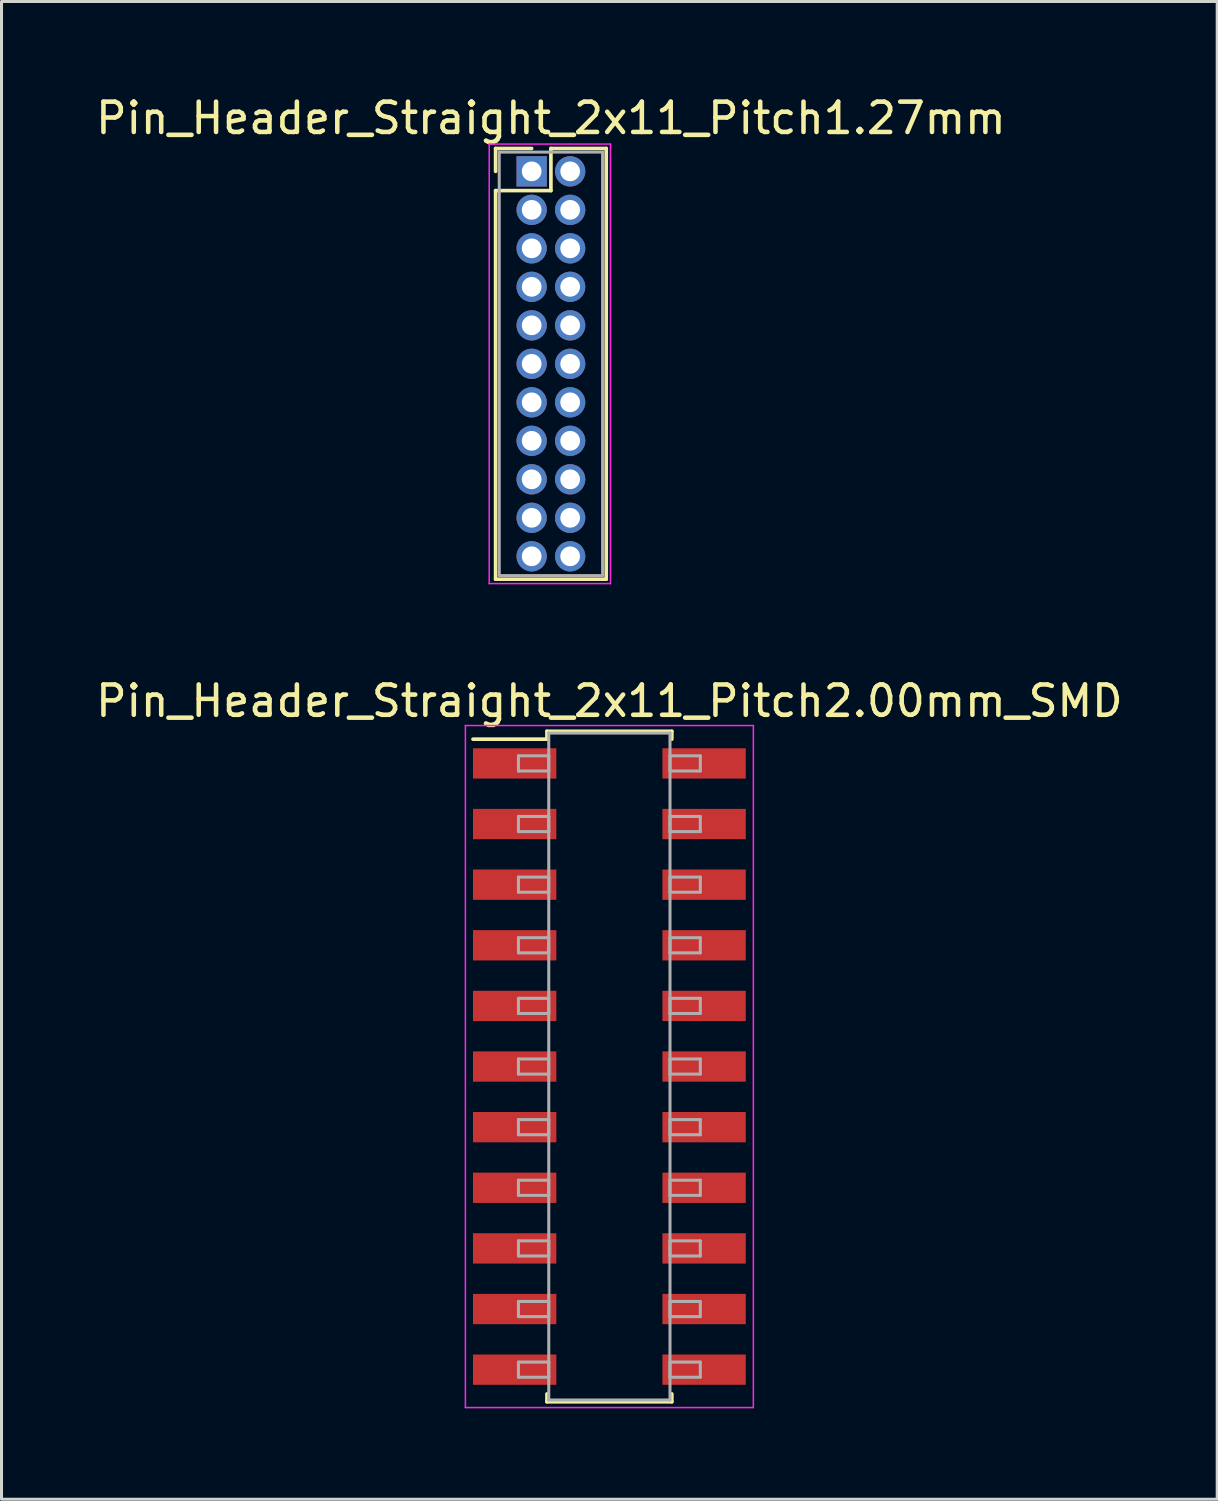
<source format=kicad_pcb>
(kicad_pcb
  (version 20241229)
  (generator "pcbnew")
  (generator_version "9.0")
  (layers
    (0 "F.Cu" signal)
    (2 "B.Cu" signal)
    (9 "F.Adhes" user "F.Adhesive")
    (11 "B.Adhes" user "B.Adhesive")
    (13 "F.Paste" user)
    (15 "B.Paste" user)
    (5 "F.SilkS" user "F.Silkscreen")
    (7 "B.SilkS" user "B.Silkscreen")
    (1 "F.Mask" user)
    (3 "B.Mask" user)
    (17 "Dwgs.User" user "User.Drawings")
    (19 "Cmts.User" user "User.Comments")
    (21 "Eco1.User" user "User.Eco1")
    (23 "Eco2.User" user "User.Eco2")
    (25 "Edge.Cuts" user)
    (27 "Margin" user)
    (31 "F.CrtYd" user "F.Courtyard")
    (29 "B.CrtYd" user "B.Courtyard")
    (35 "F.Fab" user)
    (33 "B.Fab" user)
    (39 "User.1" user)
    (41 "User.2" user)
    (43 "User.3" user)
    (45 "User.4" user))
  (footprint "Pin_Header_Straight_2x11_Pitch2.00mm_SMD"
    (layer "F.Cu")
    (at 17.054 32.136)
    (property "Reference" "Pin_Header_Straight_2x11_Pitch2.00mm_SMD" (at 0 -12.06 0) (layer "F.SilkS") (effects (font (size 1 1) (thickness 0.15))))
    (attr smd)
    (fp_line (start -4.5 -10.8) (end -2.06 -10.8) (stroke (width 0.12) (type solid)) (layer "F.SilkS"))
    (fp_line (start -2.06 -11.06) (end 2.06 -11.06) (stroke (width 0.12) (type solid)) (layer "F.SilkS"))
    (fp_line (start -2.06 -10.8) (end -2.06 -11.06) (stroke (width 0.12) (type solid)) (layer "F.SilkS"))
    (fp_line (start -2.06 10.8) (end -2.06 11.06) (stroke (width 0.12) (type solid)) (layer "F.SilkS"))
    (fp_line (start -2.06 11.06) (end 2.06 11.06) (stroke (width 0.12) (type solid)) (layer "F.SilkS"))
    (fp_line (start 2.06 -11.06) (end 2.06 -10.8) (stroke (width 0.12) (type solid)) (layer "F.SilkS"))
    (fp_line (start 2.06 11.06) (end 2.06 10.8) (stroke (width 0.12) (type solid)) (layer "F.SilkS"))
    (fp_line (start -4.75 -11.25) (end -4.75 11.25) (stroke (width 0.05) (type solid)) (layer "F.CrtYd"))
    (fp_line (start -4.75 11.25) (end 4.75 11.25) (stroke (width 0.05) (type solid)) (layer "F.CrtYd"))
    (fp_line (start 4.75 -11.25) (end -4.75 -11.25) (stroke (width 0.05) (type solid)) (layer "F.CrtYd"))
    (fp_line (start 4.75 11.25) (end 4.75 -11.25) (stroke (width 0.05) (type solid)) (layer "F.CrtYd"))
    (fp_line (start -3 -10.25) (end -2 -10.25) (stroke (width 0.1) (type solid)) (layer "F.Fab"))
    (fp_line (start -3 -9.75) (end -3 -10.25) (stroke (width 0.1) (type solid)) (layer "F.Fab"))
    (fp_line (start -3 -8.25) (end -2 -8.25) (stroke (width 0.1) (type solid)) (layer "F.Fab"))
    (fp_line (start -3 -7.75) (end -3 -8.25) (stroke (width 0.1) (type solid)) (layer "F.Fab"))
    (fp_line (start -3 -6.25) (end -2 -6.25) (stroke (width 0.1) (type solid)) (layer "F.Fab"))
    (fp_line (start -3 -5.75) (end -3 -6.25) (stroke (width 0.1) (type solid)) (layer "F.Fab"))
    (fp_line (start -3 -4.25) (end -2 -4.25) (stroke (width 0.1) (type solid)) (layer "F.Fab"))
    (fp_line (start -3 -3.75) (end -3 -4.25) (stroke (width 0.1) (type solid)) (layer "F.Fab"))
    (fp_line (start -3 -2.25) (end -2 -2.25) (stroke (width 0.1) (type solid)) (layer "F.Fab"))
    (fp_line (start -3 -1.75) (end -3 -2.25) (stroke (width 0.1) (type solid)) (layer "F.Fab"))
    (fp_line (start -3 -0.25) (end -2 -0.25) (stroke (width 0.1) (type solid)) (layer "F.Fab"))
    (fp_line (start -3 0.25) (end -3 -0.25) (stroke (width 0.1) (type solid)) (layer "F.Fab"))
    (fp_line (start -3 1.75) (end -2 1.75) (stroke (width 0.1) (type solid)) (layer "F.Fab"))
    (fp_line (start -3 2.25) (end -3 1.75) (stroke (width 0.1) (type solid)) (layer "F.Fab"))
    (fp_line (start -3 3.75) (end -2 3.75) (stroke (width 0.1) (type solid)) (layer "F.Fab"))
    (fp_line (start -3 4.25) (end -3 3.75) (stroke (width 0.1) (type solid)) (layer "F.Fab"))
    (fp_line (start -3 5.75) (end -2 5.75) (stroke (width 0.1) (type solid)) (layer "F.Fab"))
    (fp_line (start -3 6.25) (end -3 5.75) (stroke (width 0.1) (type solid)) (layer "F.Fab"))
    (fp_line (start -3 7.75) (end -2 7.75) (stroke (width 0.1) (type solid)) (layer "F.Fab"))
    (fp_line (start -3 8.25) (end -3 7.75) (stroke (width 0.1) (type solid)) (layer "F.Fab"))
    (fp_line (start -3 9.75) (end -2 9.75) (stroke (width 0.1) (type solid)) (layer "F.Fab"))
    (fp_line (start -3 10.25) (end -3 9.75) (stroke (width 0.1) (type solid)) (layer "F.Fab"))
    (fp_line (start -2 -11) (end -2 11) (stroke (width 0.1) (type solid)) (layer "F.Fab"))
    (fp_line (start -2 -10.25) (end -2 -9.75) (stroke (width 0.1) (type solid)) (layer "F.Fab"))
    (fp_line (start -2 -9.75) (end -3 -9.75) (stroke (width 0.1) (type solid)) (layer "F.Fab"))
    (fp_line (start -2 -8.25) (end -2 -7.75) (stroke (width 0.1) (type solid)) (layer "F.Fab"))
    (fp_line (start -2 -7.75) (end -3 -7.75) (stroke (width 0.1) (type solid)) (layer "F.Fab"))
    (fp_line (start -2 -6.25) (end -2 -5.75) (stroke (width 0.1) (type solid)) (layer "F.Fab"))
    (fp_line (start -2 -5.75) (end -3 -5.75) (stroke (width 0.1) (type solid)) (layer "F.Fab"))
    (fp_line (start -2 -4.25) (end -2 -3.75) (stroke (width 0.1) (type solid)) (layer "F.Fab"))
    (fp_line (start -2 -3.75) (end -3 -3.75) (stroke (width 0.1) (type solid)) (layer "F.Fab"))
    (fp_line (start -2 -2.25) (end -2 -1.75) (stroke (width 0.1) (type solid)) (layer "F.Fab"))
    (fp_line (start -2 -1.75) (end -3 -1.75) (stroke (width 0.1) (type solid)) (layer "F.Fab"))
    (fp_line (start -2 -0.25) (end -2 0.25) (stroke (width 0.1) (type solid)) (layer "F.Fab"))
    (fp_line (start -2 0.25) (end -3 0.25) (stroke (width 0.1) (type solid)) (layer "F.Fab"))
    (fp_line (start -2 1.75) (end -2 2.25) (stroke (width 0.1) (type solid)) (layer "F.Fab"))
    (fp_line (start -2 2.25) (end -3 2.25) (stroke (width 0.1) (type solid)) (layer "F.Fab"))
    (fp_line (start -2 3.75) (end -2 4.25) (stroke (width 0.1) (type solid)) (layer "F.Fab"))
    (fp_line (start -2 4.25) (end -3 4.25) (stroke (width 0.1) (type solid)) (layer "F.Fab"))
    (fp_line (start -2 5.75) (end -2 6.25) (stroke (width 0.1) (type solid)) (layer "F.Fab"))
    (fp_line (start -2 6.25) (end -3 6.25) (stroke (width 0.1) (type solid)) (layer "F.Fab"))
    (fp_line (start -2 7.75) (end -2 8.25) (stroke (width 0.1) (type solid)) (layer "F.Fab"))
    (fp_line (start -2 8.25) (end -3 8.25) (stroke (width 0.1) (type solid)) (layer "F.Fab"))
    (fp_line (start -2 9.75) (end -2 10.25) (stroke (width 0.1) (type solid)) (layer "F.Fab"))
    (fp_line (start -2 10.25) (end -3 10.25) (stroke (width 0.1) (type solid)) (layer "F.Fab"))
    (fp_line (start -2 11) (end 2 11) (stroke (width 0.1) (type solid)) (layer "F.Fab"))
    (fp_line (start 2 -11) (end -2 -11) (stroke (width 0.1) (type solid)) (layer "F.Fab"))
    (fp_line (start 2 -10.25) (end 2 -9.75) (stroke (width 0.1) (type solid)) (layer "F.Fab"))
    (fp_line (start 2 -9.75) (end 3 -9.75) (stroke (width 0.1) (type solid)) (layer "F.Fab"))
    (fp_line (start 2 -8.25) (end 2 -7.75) (stroke (width 0.1) (type solid)) (layer "F.Fab"))
    (fp_line (start 2 -7.75) (end 3 -7.75) (stroke (width 0.1) (type solid)) (layer "F.Fab"))
    (fp_line (start 2 -6.25) (end 2 -5.75) (stroke (width 0.1) (type solid)) (layer "F.Fab"))
    (fp_line (start 2 -5.75) (end 3 -5.75) (stroke (width 0.1) (type solid)) (layer "F.Fab"))
    (fp_line (start 2 -4.25) (end 2 -3.75) (stroke (width 0.1) (type solid)) (layer "F.Fab"))
    (fp_line (start 2 -3.75) (end 3 -3.75) (stroke (width 0.1) (type solid)) (layer "F.Fab"))
    (fp_line (start 2 -2.25) (end 2 -1.75) (stroke (width 0.1) (type solid)) (layer "F.Fab"))
    (fp_line (start 2 -1.75) (end 3 -1.75) (stroke (width 0.1) (type solid)) (layer "F.Fab"))
    (fp_line (start 2 -0.25) (end 2 0.25) (stroke (width 0.1) (type solid)) (layer "F.Fab"))
    (fp_line (start 2 0.25) (end 3 0.25) (stroke (width 0.1) (type solid)) (layer "F.Fab"))
    (fp_line (start 2 1.75) (end 2 2.25) (stroke (width 0.1) (type solid)) (layer "F.Fab"))
    (fp_line (start 2 2.25) (end 3 2.25) (stroke (width 0.1) (type solid)) (layer "F.Fab"))
    (fp_line (start 2 3.75) (end 2 4.25) (stroke (width 0.1) (type solid)) (layer "F.Fab"))
    (fp_line (start 2 4.25) (end 3 4.25) (stroke (width 0.1) (type solid)) (layer "F.Fab"))
    (fp_line (start 2 5.75) (end 2 6.25) (stroke (width 0.1) (type solid)) (layer "F.Fab"))
    (fp_line (start 2 6.25) (end 3 6.25) (stroke (width 0.1) (type solid)) (layer "F.Fab"))
    (fp_line (start 2 7.75) (end 2 8.25) (stroke (width 0.1) (type solid)) (layer "F.Fab"))
    (fp_line (start 2 8.25) (end 3 8.25) (stroke (width 0.1) (type solid)) (layer "F.Fab"))
    (fp_line (start 2 9.75) (end 2 10.25) (stroke (width 0.1) (type solid)) (layer "F.Fab"))
    (fp_line (start 2 10.25) (end 3 10.25) (stroke (width 0.1) (type solid)) (layer "F.Fab"))
    (fp_line (start 2 11) (end 2 -11) (stroke (width 0.1) (type solid)) (layer "F.Fab"))
    (fp_line (start 3 -10.25) (end 2 -10.25) (stroke (width 0.1) (type solid)) (layer "F.Fab"))
    (fp_line (start 3 -9.75) (end 3 -10.25) (stroke (width 0.1) (type solid)) (layer "F.Fab"))
    (fp_line (start 3 -8.25) (end 2 -8.25) (stroke (width 0.1) (type solid)) (layer "F.Fab"))
    (fp_line (start 3 -7.75) (end 3 -8.25) (stroke (width 0.1) (type solid)) (layer "F.Fab"))
    (fp_line (start 3 -6.25) (end 2 -6.25) (stroke (width 0.1) (type solid)) (layer "F.Fab"))
    (fp_line (start 3 -5.75) (end 3 -6.25) (stroke (width 0.1) (type solid)) (layer "F.Fab"))
    (fp_line (start 3 -4.25) (end 2 -4.25) (stroke (width 0.1) (type solid)) (layer "F.Fab"))
    (fp_line (start 3 -3.75) (end 3 -4.25) (stroke (width 0.1) (type solid)) (layer "F.Fab"))
    (fp_line (start 3 -2.25) (end 2 -2.25) (stroke (width 0.1) (type solid)) (layer "F.Fab"))
    (fp_line (start 3 -1.75) (end 3 -2.25) (stroke (width 0.1) (type solid)) (layer "F.Fab"))
    (fp_line (start 3 -0.25) (end 2 -0.25) (stroke (width 0.1) (type solid)) (layer "F.Fab"))
    (fp_line (start 3 0.25) (end 3 -0.25) (stroke (width 0.1) (type solid)) (layer "F.Fab"))
    (fp_line (start 3 1.75) (end 2 1.75) (stroke (width 0.1) (type solid)) (layer "F.Fab"))
    (fp_line (start 3 2.25) (end 3 1.75) (stroke (width 0.1) (type solid)) (layer "F.Fab"))
    (fp_line (start 3 3.75) (end 2 3.75) (stroke (width 0.1) (type solid)) (layer "F.Fab"))
    (fp_line (start 3 4.25) (end 3 3.75) (stroke (width 0.1) (type solid)) (layer "F.Fab"))
    (fp_line (start 3 5.75) (end 2 5.75) (stroke (width 0.1) (type solid)) (layer "F.Fab"))
    (fp_line (start 3 6.25) (end 3 5.75) (stroke (width 0.1) (type solid)) (layer "F.Fab"))
    (fp_line (start 3 7.75) (end 2 7.75) (stroke (width 0.1) (type solid)) (layer "F.Fab"))
    (fp_line (start 3 8.25) (end 3 7.75) (stroke (width 0.1) (type solid)) (layer "F.Fab"))
    (fp_line (start 3 9.75) (end 2 9.75) (stroke (width 0.1) (type solid)) (layer "F.Fab"))
    (fp_line (start 3 10.25) (end 3 9.75) (stroke (width 0.1) (type solid)) (layer "F.Fab"))
    (pad "1" smd rect (at -3.125 -10) (size 2.75 1) (layers "F.Cu" "F.Mask"))
    (pad "2" smd rect (at 3.125 -10) (size 2.75 1) (layers "F.Cu" "F.Mask"))
    (pad "3" smd rect (at -3.125 -8) (size 2.75 1) (layers "F.Cu" "F.Mask"))
    (pad "4" smd rect (at 3.125 -8) (size 2.75 1) (layers "F.Cu" "F.Mask"))
    (pad "5" smd rect (at -3.125 -6) (size 2.75 1) (layers "F.Cu" "F.Mask"))
    (pad "6" smd rect (at 3.125 -6) (size 2.75 1) (layers "F.Cu" "F.Mask"))
    (pad "7" smd rect (at -3.125 -4) (size 2.75 1) (layers "F.Cu" "F.Mask"))
    (pad "8" smd rect (at 3.125 -4) (size 2.75 1) (layers "F.Cu" "F.Mask"))
    (pad "9" smd rect (at -3.125 -2) (size 2.75 1) (layers "F.Cu" "F.Mask"))
    (pad "10" smd rect (at 3.125 -2) (size 2.75 1) (layers "F.Cu" "F.Mask"))
    (pad "11" smd rect (at -3.125 0) (size 2.75 1) (layers "F.Cu" "F.Mask"))
    (pad "12" smd rect (at 3.125 0) (size 2.75 1) (layers "F.Cu" "F.Mask"))
    (pad "13" smd rect (at -3.125 2) (size 2.75 1) (layers "F.Cu" "F.Mask"))
    (pad "14" smd rect (at 3.125 2) (size 2.75 1) (layers "F.Cu" "F.Mask"))
    (pad "15" smd rect (at -3.125 4) (size 2.75 1) (layers "F.Cu" "F.Mask"))
    (pad "16" smd rect (at 3.125 4) (size 2.75 1) (layers "F.Cu" "F.Mask"))
    (pad "17" smd rect (at -3.125 6) (size 2.75 1) (layers "F.Cu" "F.Mask"))
    (pad "18" smd rect (at 3.125 6) (size 2.75 1) (layers "F.Cu" "F.Mask"))
    (pad "19" smd rect (at -3.125 8) (size 2.75 1) (layers "F.Cu" "F.Mask"))
    (pad "20" smd rect (at 3.125 8) (size 2.75 1) (layers "F.Cu" "F.Mask"))
    (pad "21" smd rect (at -3.125 10) (size 2.75 1) (layers "F.Cu" "F.Mask"))
    (pad "22" smd rect (at 3.125 10) (size 2.75 1) (layers "F.Cu" "F.Mask")))
  (footprint "Pin_Header_Straight_2x11_Pitch1.27mm"
    (layer "F.Cu")
    (at 14.49 2.603)
    (property "Reference" "Pin_Header_Straight_2x11_Pitch1.27mm" (at 0.635 -1.755 0) (layer "F.SilkS") (effects (font (size 1 1) (thickness 0.15))))
    (attr through_hole)
    (fp_line (start -1.19 -0.755) (end 0 -0.755) (stroke (width 0.12) (type solid)) (layer "F.SilkS"))
    (fp_line (start -1.19 0) (end -1.19 -0.755) (stroke (width 0.12) (type solid)) (layer "F.SilkS"))
    (fp_line (start -1.19 0.635) (end -1.19 13.455) (stroke (width 0.12) (type solid)) (layer "F.SilkS"))
    (fp_line (start -1.19 13.455) (end 2.46 13.455) (stroke (width 0.12) (type solid)) (layer "F.SilkS"))
    (fp_line (start 0.635 -0.755) (end 0.635 0.635) (stroke (width 0.12) (type solid)) (layer "F.SilkS"))
    (fp_line (start 0.635 0.635) (end -1.19 0.635) (stroke (width 0.12) (type solid)) (layer "F.SilkS"))
    (fp_line (start 2.46 -0.755) (end 0.635 -0.755) (stroke (width 0.12) (type solid)) (layer "F.SilkS"))
    (fp_line (start 2.46 13.455) (end 2.46 -0.755) (stroke (width 0.12) (type solid)) (layer "F.SilkS"))
    (fp_line (start -1.4 -0.9) (end -1.4 13.6) (stroke (width 0.05) (type solid)) (layer "F.CrtYd"))
    (fp_line (start -1.4 13.6) (end 2.6 13.6) (stroke (width 0.05) (type solid)) (layer "F.CrtYd"))
    (fp_line (start 2.6 -0.9) (end -1.4 -0.9) (stroke (width 0.05) (type solid)) (layer "F.CrtYd"))
    (fp_line (start 2.6 13.6) (end 2.6 -0.9) (stroke (width 0.05) (type solid)) (layer "F.CrtYd"))
    (fp_line (start -1.07 -0.635) (end -1.07 13.335) (stroke (width 0.1) (type solid)) (layer "F.Fab"))
    (fp_line (start -1.07 13.335) (end 2.34 13.335) (stroke (width 0.1) (type solid)) (layer "F.Fab"))
    (fp_line (start 2.34 -0.635) (end -1.07 -0.635) (stroke (width 0.1) (type solid)) (layer "F.Fab"))
    (fp_line (start 2.34 13.335) (end 2.34 -0.635) (stroke (width 0.1) (type solid)) (layer "F.Fab"))
    (pad "1" thru_hole rect (at 0 0) (size 1 1) (drill 0.65) (layers "*.Cu" "*.Mask"))
    (pad "2" thru_hole oval (at 1.27 0) (size 1 1) (drill 0.65) (layers "*.Cu" "*.Mask"))
    (pad "3" thru_hole oval (at 0 1.27) (size 1 1) (drill 0.65) (layers "*.Cu" "*.Mask"))
    (pad "4" thru_hole oval (at 1.27 1.27) (size 1 1) (drill 0.65) (layers "*.Cu" "*.Mask"))
    (pad "5" thru_hole oval (at 0 2.54) (size 1 1) (drill 0.65) (layers "*.Cu" "*.Mask"))
    (pad "6" thru_hole oval (at 1.27 2.54) (size 1 1) (drill 0.65) (layers "*.Cu" "*.Mask"))
    (pad "7" thru_hole oval (at 0 3.81) (size 1 1) (drill 0.65) (layers "*.Cu" "*.Mask"))
    (pad "8" thru_hole oval (at 1.27 3.81) (size 1 1) (drill 0.65) (layers "*.Cu" "*.Mask"))
    (pad "9" thru_hole oval (at 0 5.08) (size 1 1) (drill 0.65) (layers "*.Cu" "*.Mask"))
    (pad "10" thru_hole oval (at 1.27 5.08) (size 1 1) (drill 0.65) (layers "*.Cu" "*.Mask"))
    (pad "11" thru_hole oval (at 0 6.35) (size 1 1) (drill 0.65) (layers "*.Cu" "*.Mask"))
    (pad "12" thru_hole oval (at 1.27 6.35) (size 1 1) (drill 0.65) (layers "*.Cu" "*.Mask"))
    (pad "13" thru_hole oval (at 0 7.62) (size 1 1) (drill 0.65) (layers "*.Cu" "*.Mask"))
    (pad "14" thru_hole oval (at 1.27 7.62) (size 1 1) (drill 0.65) (layers "*.Cu" "*.Mask"))
    (pad "15" thru_hole oval (at 0 8.89) (size 1 1) (drill 0.65) (layers "*.Cu" "*.Mask"))
    (pad "16" thru_hole oval (at 1.27 8.89) (size 1 1) (drill 0.65) (layers "*.Cu" "*.Mask"))
    (pad "17" thru_hole oval (at 0 10.16) (size 1 1) (drill 0.65) (layers "*.Cu" "*.Mask"))
    (pad "18" thru_hole oval (at 1.27 10.16) (size 1 1) (drill 0.65) (layers "*.Cu" "*.Mask"))
    (pad "19" thru_hole oval (at 0 11.43) (size 1 1) (drill 0.65) (layers "*.Cu" "*.Mask"))
    (pad "20" thru_hole oval (at 1.27 11.43) (size 1 1) (drill 0.65) (layers "*.Cu" "*.Mask"))
    (pad "21" thru_hole oval (at 0 12.7) (size 1 1) (drill 0.65) (layers "*.Cu" "*.Mask"))
    (pad "22" thru_hole oval (at 1.27 12.7) (size 1 1) (drill 0.65) (layers "*.Cu" "*.Mask")))
  (gr_rect
    (start -3 -3)
    (end 37.107 46.411)
    (stroke (width 0.1) (type default))
    (fill no)
    (layer "Edge.Cuts")))
</source>
